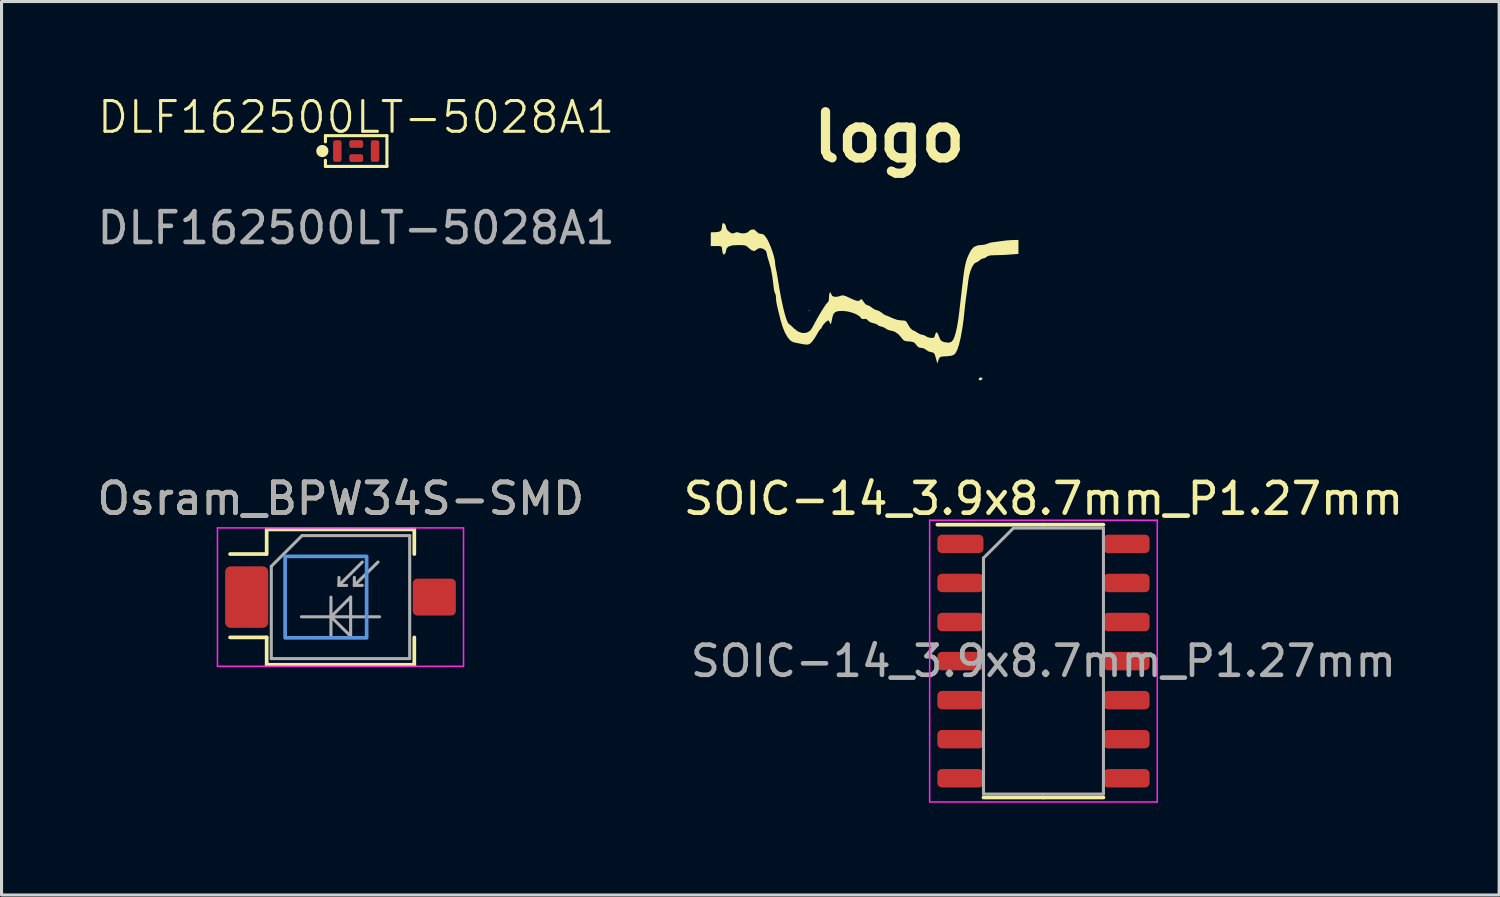
<source format=kicad_pcb>
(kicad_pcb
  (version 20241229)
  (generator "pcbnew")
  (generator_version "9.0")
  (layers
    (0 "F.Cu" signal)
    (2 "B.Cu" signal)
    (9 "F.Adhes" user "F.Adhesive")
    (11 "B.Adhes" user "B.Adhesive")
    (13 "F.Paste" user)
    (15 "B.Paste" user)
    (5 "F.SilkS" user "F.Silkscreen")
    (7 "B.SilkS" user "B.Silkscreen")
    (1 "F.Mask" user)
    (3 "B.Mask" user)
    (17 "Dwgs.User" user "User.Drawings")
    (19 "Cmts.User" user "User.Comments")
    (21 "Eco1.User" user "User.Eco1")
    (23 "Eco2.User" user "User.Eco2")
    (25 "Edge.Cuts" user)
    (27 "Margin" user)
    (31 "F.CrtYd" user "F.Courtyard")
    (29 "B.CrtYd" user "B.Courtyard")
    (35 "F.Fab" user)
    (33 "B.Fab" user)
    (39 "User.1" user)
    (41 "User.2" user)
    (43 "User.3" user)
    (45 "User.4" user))
  (footprint "logo"
    (layer "F.Cu")
    (at 25.06 6.804)
    (property "Reference" "logo" (at 0.8 -5.4 0) (layer "F.SilkS") (effects (font (size 1.5 1.5) (thickness 0.3))))
    (attr board_only exclude_from_pos_files exclude_from_bom)
    (fp_poly (pts (xy -1.788 0.248) (xy -1.805 0.265) (xy -1.821 0.248) (xy -1.805 0.232)) (stroke (width 0) (type solid)) (fill yes) (layer "F.SilkS"))
    (fp_poly (pts (xy 3.827 2.435) (xy 3.828 2.472) (xy 3.785 2.505) (xy 3.764 2.511) (xy 3.717 2.497) (xy 3.709 2.47) (xy 3.737 2.427) (xy 3.778 2.417)) (stroke (width 0) (type solid)) (fill yes) (layer "F.SilkS"))
    (fp_poly (pts (xy -4.534 -2.558) (xy -4.507 -2.494) (xy -4.504 -2.465) (xy -4.473 -2.385) (xy -4.402 -2.316) (xy -4.326 -2.27) (xy -4.27 -2.265) (xy -4.224 -2.284) (xy -4.143 -2.308) (xy -4.077 -2.287) (xy -3.998 -2.267) (xy -3.902 -2.27) (xy -3.816 -2.292) (xy -3.766 -2.329) (xy -3.764 -2.334) (xy -3.722 -2.371) (xy -3.66 -2.392) (xy -3.581 -2.389) (xy -3.523 -2.333) (xy -3.521 -2.33) (xy -3.443 -2.264) (xy -3.373 -2.252) (xy -3.309 -2.241) (xy -3.253 -2.199) (xy -3.189 -2.113) (xy -3.177 -2.095) (xy -3.118 -1.983) (xy -3.055 -1.838) (xy -2.997 -1.679) (xy -2.95 -1.526) (xy -2.92 -1.399) (xy -2.914 -1.34) (xy -2.907 -1.256) (xy -2.889 -1.147) (xy -2.882 -1.118) (xy -2.861 -1.013) (xy -2.836 -0.872) (xy -2.812 -0.729) (xy -2.761 -0.417) (xy -2.707 -0.132) (xy -2.653 0.121) (xy -2.6 0.335) (xy -2.55 0.503) (xy -2.504 0.62) (xy -2.464 0.677) (xy -2.461 0.679) (xy -2.402 0.723) (xy -2.325 0.794) (xy -2.299 0.821) (xy -2.171 0.921) (xy -2.035 0.971) (xy -1.903 0.969) (xy -1.79 0.913) (xy -1.754 0.876) (xy -1.713 0.815) (xy -1.658 0.719) (xy -1.621 0.649) (xy -1.553 0.521) (xy -1.474 0.383) (xy -1.392 0.248) (xy -1.315 0.127) (xy -1.25 0.033) (xy -1.204 -0.023) (xy -1.189 -0.033) (xy -1.171 -0.063) (xy -1.16 -0.137) (xy -1.159 -0.18) (xy -1.152 -0.273) (xy -1.134 -0.334) (xy -1.112 -0.353) (xy -1.093 -0.32) (xy -1.087 -0.29) (xy -1.049 -0.23) (xy -0.968 -0.202) (xy -0.86 -0.211) (xy -0.793 -0.233) (xy -0.735 -0.25) (xy -0.676 -0.247) (xy -0.596 -0.22) (xy -0.487 -0.169) (xy -0.342 -0.103) (xy -0.243 -0.072) (xy -0.18 -0.073) (xy -0.149 -0.099) (xy -0.115 -0.13) (xy -0.075 -0.106) (xy -0.026 -0.033) (xy 0.027 0.034) (xy 0.08 0.066) (xy 0.085 0.066) (xy 0.145 0.086) (xy 0.222 0.136) (xy 0.238 0.149) (xy 0.317 0.203) (xy 0.387 0.231) (xy 0.397 0.232) (xy 0.462 0.252) (xy 0.542 0.303) (xy 0.557 0.315) (xy 0.628 0.368) (xy 0.679 0.396) (xy 0.686 0.397) (xy 0.731 0.411) (xy 0.813 0.447) (xy 0.88 0.48) (xy 1.056 0.545) (xy 1.195 0.563) (xy 1.287 0.567) (xy 1.342 0.588) (xy 1.385 0.644) (xy 1.42 0.71) (xy 1.479 0.804) (xy 1.542 0.868) (xy 1.566 0.88) (xy 1.647 0.918) (xy 1.718 0.965) (xy 1.798 1.01) (xy 1.865 1.027) (xy 1.946 1.048) (xy 1.984 1.073) (xy 2.053 1.109) (xy 2.147 1.131) (xy 2.15 1.131) (xy 2.229 1.133) (xy 2.268 1.104) (xy 2.293 1.03) (xy 2.32 0.961) (xy 2.35 0.951) (xy 2.386 1.004) (xy 2.428 1.11) (xy 2.469 1.2) (xy 2.525 1.247) (xy 2.595 1.27) (xy 2.728 1.288) (xy 2.818 1.264) (xy 2.882 1.19) (xy 2.92 1.103) (xy 2.967 0.944) (xy 3.008 0.758) (xy 3.045 0.532) (xy 3.08 0.265) (xy 3.098 0.102) (xy 3.122 -0.1) (xy 3.146 -0.312) (xy 3.165 -0.48) (xy 3.197 -0.748) (xy 3.224 -0.962) (xy 3.25 -1.131) (xy 3.277 -1.266) (xy 3.307 -1.38) (xy 3.343 -1.481) (xy 3.388 -1.582) (xy 3.445 -1.693) (xy 3.46 -1.722) (xy 3.55 -1.824) (xy 3.685 -1.878) (xy 3.786 -1.887) (xy 3.89 -1.898) (xy 3.977 -1.924) (xy 3.984 -1.927) (xy 4.073 -1.96) (xy 4.156 -1.977) (xy 4.244 -1.987) (xy 4.366 -2.004) (xy 4.454 -2.017) (xy 4.6 -2.035) (xy 4.753 -2.047) (xy 4.827 -2.05) (xy 5.001 -2.053) (xy 5.001 -1.826) (xy 5.001 -1.599) (xy 4.727 -1.578) (xy 4.561 -1.567) (xy 4.386 -1.56) (xy 4.238 -1.557) (xy 4.235 -1.557) (xy 4.092 -1.55) (xy 4.005 -1.529) (xy 3.974 -1.507) (xy 3.909 -1.464) (xy 3.871 -1.457) (xy 3.801 -1.435) (xy 3.745 -1.394) (xy 3.675 -1.341) (xy 3.621 -1.319) (xy 3.561 -1.278) (xy 3.5 -1.184) (xy 3.444 -1.05) (xy 3.399 -0.89) (xy 3.372 -0.736) (xy 3.351 -0.565) (xy 3.326 -0.375) (xy 3.306 -0.232) (xy 3.286 -0.085) (xy 3.269 0.058) (xy 3.257 0.166) (xy 3.219 0.524) (xy 3.174 0.844) (xy 3.124 1.119) (xy 3.07 1.345) (xy 3.014 1.516) (xy 2.955 1.628) (xy 2.94 1.646) (xy 2.886 1.689) (xy 2.81 1.714) (xy 2.692 1.727) (xy 2.656 1.729) (xy 2.539 1.736) (xy 2.471 1.748) (xy 2.434 1.776) (xy 2.411 1.826) (xy 2.402 1.852) (xy 2.364 1.965) (xy 2.316 1.785) (xy 2.285 1.682) (xy 2.255 1.627) (xy 2.211 1.603) (xy 2.164 1.596) (xy 2.07 1.568) (xy 2.002 1.521) (xy 1.925 1.473) (xy 1.851 1.457) (xy 1.78 1.449) (xy 1.724 1.414) (xy 1.662 1.338) (xy 1.644 1.313) (xy 1.589 1.27) (xy 1.49 1.249) (xy 1.44 1.247) (xy 1.336 1.238) (xy 1.272 1.212) (xy 1.219 1.155) (xy 1.201 1.129) (xy 1.101 1.015) (xy 0.983 0.932) (xy 0.867 0.895) (xy 0.848 0.894) (xy 0.767 0.874) (xy 0.686 0.828) (xy 0.607 0.781) (xy 0.537 0.762) (xy 0.463 0.74) (xy 0.434 0.716) (xy 0.378 0.681) (xy 0.289 0.654) (xy 0.273 0.651) (xy 0.171 0.617) (xy 0.107 0.563) (xy 0.053 0.514) (xy -0.017 0.516) (xy -0.088 0.518) (xy -0.119 0.483) (xy -0.173 0.421) (xy -0.275 0.361) (xy -0.409 0.309) (xy -0.558 0.272) (xy -0.705 0.255) (xy -0.72 0.255) (xy -0.864 0.262) (xy -0.957 0.293) (xy -1.013 0.356) (xy -1.045 0.455) (xy -1.071 0.585) (xy -1.089 0.658) (xy -1.101 0.685) (xy -1.113 0.675) (xy -1.128 0.637) (xy -1.161 0.58) (xy -1.185 0.563) (xy -1.228 0.587) (xy -1.29 0.644) (xy -1.349 0.712) (xy -1.386 0.771) (xy -1.391 0.788) (xy -1.41 0.826) (xy -1.419 0.828) (xy -1.449 0.855) (xy -1.497 0.925) (xy -1.551 1.018) (xy -1.62 1.133) (xy -1.692 1.235) (xy -1.74 1.289) (xy -1.78 1.323) (xy -1.821 1.343) (xy -1.875 1.351) (xy -1.955 1.344) (xy -2.07 1.324) (xy -2.234 1.29) (xy -2.319 1.271) (xy -2.41 1.221) (xy -2.502 1.113) (xy -2.591 0.958) (xy -2.67 0.763) (xy -2.732 0.554) (xy -2.785 0.339) (xy -2.824 0.177) (xy -2.851 0.058) (xy -2.868 -0.029) (xy -2.877 -0.093) (xy -2.881 -0.147) (xy -2.881 -0.176) (xy -2.89 -0.261) (xy -2.91 -0.315) (xy -2.911 -0.316) (xy -2.931 -0.365) (xy -2.95 -0.456) (xy -2.959 -0.53) (xy -2.999 -0.858) (xy -3.049 -1.129) (xy -3.109 -1.341) (xy -3.145 -1.457) (xy -3.171 -1.557) (xy -3.178 -1.609) (xy -3.207 -1.694) (xy -3.277 -1.756) (xy -3.367 -1.786) (xy -3.456 -1.777) (xy -3.51 -1.739) (xy -3.581 -1.693) (xy -3.666 -1.711) (xy -3.761 -1.787) (xy -3.816 -1.838) (xy -3.87 -1.868) (xy -3.943 -1.882) (xy -4.056 -1.886) (xy -4.107 -1.887) (xy -4.29 -1.877) (xy -4.413 -1.844) (xy -4.483 -1.786) (xy -4.504 -1.708) (xy -4.522 -1.631) (xy -4.549 -1.593) (xy -4.588 -1.577) (xy -4.612 -1.618) (xy -4.615 -1.63) (xy -4.632 -1.726) (xy -4.636 -1.78) (xy -4.642 -1.823) (xy -4.671 -1.845) (xy -4.739 -1.853) (xy -4.818 -1.854) (xy -5.001 -1.854) (xy -5.001 -2.078) (xy -5.001 -2.302) (xy -4.848 -2.305) (xy -4.731 -2.319) (xy -4.665 -2.363) (xy -4.639 -2.446) (xy -4.637 -2.486) (xy -4.629 -2.559) (xy -4.614 -2.594) (xy -4.575 -2.598)) (stroke (width 0) (type solid)) (fill yes) (layer "F.SilkS")))
  (footprint "SOIC-14_3.9x8.7mm_P1.27mm"
    (layer "F.Cu")
    (at 30.875 18.443)
    (property "Reference" "SOIC-14_3.9x8.7mm_P1.27mm" (at 0 -5.28 0) (layer "F.SilkS") (effects (font (size 1 1) (thickness 0.15))))
    (attr smd)
    (fp_line (start 0 -4.435) (end -3.45 -4.435) (stroke (width 0.12) (type solid)) (layer "F.SilkS"))
    (fp_line (start 0 -4.435) (end 1.95 -4.435) (stroke (width 0.12) (type solid)) (layer "F.SilkS"))
    (fp_line (start 0 4.435) (end -1.95 4.435) (stroke (width 0.12) (type solid)) (layer "F.SilkS"))
    (fp_line (start 0 4.435) (end 1.95 4.435) (stroke (width 0.12) (type solid)) (layer "F.SilkS"))
    (fp_line (start -3.7 -4.58) (end -3.7 4.58) (stroke (width 0.05) (type solid)) (layer "F.CrtYd"))
    (fp_line (start -3.7 4.58) (end 3.7 4.58) (stroke (width 0.05) (type solid)) (layer "F.CrtYd"))
    (fp_line (start 3.7 -4.58) (end -3.7 -4.58) (stroke (width 0.05) (type solid)) (layer "F.CrtYd"))
    (fp_line (start 3.7 4.58) (end 3.7 -4.58) (stroke (width 0.05) (type solid)) (layer "F.CrtYd"))
    (fp_line (start -1.95 -3.35) (end -0.975 -4.325) (stroke (width 0.1) (type solid)) (layer "F.Fab"))
    (fp_line (start -1.95 4.325) (end -1.95 -3.35) (stroke (width 0.1) (type solid)) (layer "F.Fab"))
    (fp_line (start -0.975 -4.325) (end 1.95 -4.325) (stroke (width 0.1) (type solid)) (layer "F.Fab"))
    (fp_line (start 1.95 -4.325) (end 1.95 4.325) (stroke (width 0.1) (type solid)) (layer "F.Fab"))
    (fp_line (start 1.95 4.325) (end -1.95 4.325) (stroke (width 0.1) (type solid)) (layer "F.Fab"))
    (fp_text user "${REFERENCE}" (at 0 0 0) (layer "F.Fab") (effects (font (size 0.98 0.98) (thickness 0.15))))
    (pad "1" smd roundrect (at -2.7 -3.81) (size 1.5 0.6) (layers "F.Cu" "F.Mask" "F.Paste") (roundrect_rratio 0.25))
    (pad "2" smd roundrect (at -2.7 -2.54) (size 1.5 0.6) (layers "F.Cu" "F.Mask" "F.Paste") (roundrect_rratio 0.25))
    (pad "3" smd roundrect (at -2.7 -1.27) (size 1.5 0.6) (layers "F.Cu" "F.Mask" "F.Paste") (roundrect_rratio 0.25))
    (pad "4" smd roundrect (at -2.7 0) (size 1.5 0.6) (layers "F.Cu" "F.Mask" "F.Paste") (roundrect_rratio 0.25))
    (pad "5" smd roundrect (at -2.7 1.27) (size 1.5 0.6) (layers "F.Cu" "F.Mask" "F.Paste") (roundrect_rratio 0.25))
    (pad "6" smd roundrect (at -2.7 2.54) (size 1.5 0.6) (layers "F.Cu" "F.Mask" "F.Paste") (roundrect_rratio 0.25))
    (pad "7" smd roundrect (at -2.7 3.81) (size 1.5 0.6) (layers "F.Cu" "F.Mask" "F.Paste") (roundrect_rratio 0.25))
    (pad "8" smd roundrect (at 2.7 3.81) (size 1.5 0.6) (layers "F.Cu" "F.Mask" "F.Paste") (roundrect_rratio 0.25))
    (pad "9" smd roundrect (at 2.7 2.54) (size 1.5 0.6) (layers "F.Cu" "F.Mask" "F.Paste") (roundrect_rratio 0.25))
    (pad "10" smd roundrect (at 2.7 1.27) (size 1.5 0.6) (layers "F.Cu" "F.Mask" "F.Paste") (roundrect_rratio 0.25))
    (pad "11" smd roundrect (at 2.7 0) (size 1.5 0.6) (layers "F.Cu" "F.Mask" "F.Paste") (roundrect_rratio 0.25))
    (pad "12" smd roundrect (at 2.7 -1.27) (size 1.5 0.6) (layers "F.Cu" "F.Mask" "F.Paste") (roundrect_rratio 0.25))
    (pad "13" smd roundrect (at 2.7 -2.54) (size 1.5 0.6) (layers "F.Cu" "F.Mask" "F.Paste") (roundrect_rratio 0.25))
    (pad "14" smd roundrect (at 2.7 -3.81) (size 1.5 0.6) (layers "F.Cu" "F.Mask" "F.Paste") (roundrect_rratio 0.25)))
  (footprint "Osram_BPW34S-SMD"
    (layer "F.Cu")
    (at 8.02 16.363)
    (property "Reference" "Osram_BPW34S-SMD" (at 0.01 -3.2 0) (layer "F.SilkS") (effects (font (size 1 1) (thickness 0.15))))
    (attr smd)
    (fp_line (start -3.59 1.31) (end -2.4 1.31) (stroke (width 0.12) (type solid)) (layer "F.SilkS"))
    (fp_line (start -2.41 -1.4) (end -3.59 -1.4) (stroke (width 0.12) (type solid)) (layer "F.SilkS"))
    (fp_line (start -2.4 -2.2) (end -2.4 -1.4) (stroke (width 0.12) (type solid)) (layer "F.SilkS"))
    (fp_line (start -2.4 1.31) (end -2.4 2.2) (stroke (width 0.12) (type solid)) (layer "F.SilkS"))
    (fp_line (start -2.4 2.2) (end 2.4 2.2) (stroke (width 0.12) (type solid)) (layer "F.SilkS"))
    (fp_line (start 2.4 -2.2) (end -2.4 -2.2) (stroke (width 0.12) (type solid)) (layer "F.SilkS"))
    (fp_line (start 2.4 -1.4) (end 2.4 -2.2) (stroke (width 0.12) (type solid)) (layer "F.SilkS"))
    (fp_line (start 2.4 2.2) (end 2.4 1.31) (stroke (width 0.12) (type solid)) (layer "F.SilkS"))
    (fp_rect (start -1.8 -1.325) (end 0.85 1.325) (stroke (width 0.12) (type solid)) (fill no) (layer "Cmts.User"))
    (fp_line (start -4 -2.25) (end -4 2.25) (stroke (width 0.05) (type solid)) (layer "F.CrtYd"))
    (fp_line (start -4 -2.25) (end 4 -2.25) (stroke (width 0.05) (type solid)) (layer "F.CrtYd"))
    (fp_line (start 4 2.25) (end -4 2.25) (stroke (width 0.05) (type solid)) (layer "F.CrtYd"))
    (fp_line (start 4 2.25) (end 4 -2.25) (stroke (width 0.05) (type solid)) (layer "F.CrtYd"))
    (fp_line (start -2.25 -1) (end -2.25 2) (stroke (width 0.1) (type solid)) (layer "F.Fab"))
    (fp_line (start -2.25 -1) (end -1.25 -2) (stroke (width 0.1) (type solid)) (layer "F.Fab"))
    (fp_line (start -1.27 0.64) (end 1.27 0.64) (stroke (width 0.1) (type solid)) (layer "F.Fab"))
    (fp_line (start -1.25 -2) (end 2.25 -2) (stroke (width 0.1) (type solid)) (layer "F.Fab"))
    (fp_line (start -0.31 0) (end -0.31 1.27) (stroke (width 0.1) (type solid)) (layer "F.Fab"))
    (fp_line (start -0.31 0.64) (end 0.33 0) (stroke (width 0.1) (type solid)) (layer "F.Fab"))
    (fp_line (start -0.05 -0.38) (end -0.05 -0.64) (stroke (width 0.1) (type solid)) (layer "F.Fab"))
    (fp_line (start -0.05 -0.38) (end 0.2 -0.38) (stroke (width 0.1) (type solid)) (layer "F.Fab"))
    (fp_line (start 0.33 0) (end 0.33 1.27) (stroke (width 0.1) (type solid)) (layer "F.Fab"))
    (fp_line (start 0.33 1.27) (end -0.31 0.64) (stroke (width 0.1) (type solid)) (layer "F.Fab"))
    (fp_line (start 0.45 -0.38) (end 0.45 -0.64) (stroke (width 0.1) (type solid)) (layer "F.Fab"))
    (fp_line (start 0.45 -0.38) (end 0.71 -0.38) (stroke (width 0.1) (type solid)) (layer "F.Fab"))
    (fp_line (start 0.71 -1.14) (end -0.05 -0.38) (stroke (width 0.1) (type solid)) (layer "F.Fab"))
    (fp_line (start 1.22 -1.14) (end 0.45 -0.38) (stroke (width 0.1) (type solid)) (layer "F.Fab"))
    (fp_line (start 2.25 -2) (end 2.25 2) (stroke (width 0.1) (type solid)) (layer "F.Fab"))
    (fp_line (start 2.25 2) (end -2.25 2) (stroke (width 0.1) (type solid)) (layer "F.Fab"))
    (fp_text user "${REFERENCE}" (at 0.01 -3.2 0) (layer "F.Fab") (effects (font (size 1 1) (thickness 0.15))))
    (pad "" smd roundrect (at -3.05 0 180) (size 1.3 1.9) (layers "F.Paste") (roundrect_rratio 0.125))
    (pad "" smd roundrect (at -3.05 0 180) (size 1.5 2.1) (layers "F.Mask") (roundrect_rratio 0.125))
    (pad "" smd roundrect (at 3.05 0 180) (size 1.3 1.1) (layers "F.Paste") (roundrect_rratio 0.125))
    (pad "" smd roundrect (at 3.05 0 180) (size 1.5 1.3) (layers "F.Mask") (roundrect_rratio 0.125))
    (pad "1" smd roundrect (at -3.05 0 180) (size 1.4 2) (layers "F.Cu" "F.Mask") (roundrect_rratio 0.125))
    (pad "2" smd roundrect (at 3.05 0 180) (size 1.4 1.2) (layers "F.Cu" "F.Mask") (roundrect_rratio 0.125)))
  (footprint "DLF162500LT-5028A1"
    (layer "F.Cu")
    (at 8.53 1.861)
    (property "Reference" "DLF162500LT-5028A1" (at 0 -1.1 0) (unlocked yes) (layer "F.SilkS") (effects (font (size 1 1) (thickness 0.1))))
    (attr smd)
    (fp_line (start -1 -0.5) (end 1 -0.5) (stroke (width 0.1) (type default)) (layer "F.SilkS"))
    (fp_line (start -1 -0.3) (end -1 -0.5) (stroke (width 0.1) (type default)) (layer "F.SilkS"))
    (fp_line (start -1 0.5) (end -1 0.3) (stroke (width 0.1) (type default)) (layer "F.SilkS"))
    (fp_line (start 1 -0.5) (end 1 0.5) (stroke (width 0.1) (type default)) (layer "F.SilkS"))
    (fp_line (start 1 0.5) (end -1 0.5) (stroke (width 0.1) (type default)) (layer "F.SilkS"))
    (fp_circle (center -1.1 0) (end -1 0) (stroke (width 0.2) (type default)) (fill no) (layer "F.SilkS"))
    (fp_text user "${REFERENCE}" (at 0 2.5 0) (unlocked yes) (layer "F.Fab") (effects (font (size 1 1) (thickness 0.15))))
    (pad "1" smd roundrect (at -0.613 0) (size 0.275 0.7) (layers "F.Cu" "F.Mask" "F.Paste") (roundrect_rratio 0.25))
    (pad "2" smd roundrect (at 0 0.228) (size 0.45 0.25) (layers "F.Cu" "F.Mask" "F.Paste") (roundrect_rratio 0.25))
    (pad "3" smd roundrect (at 0.613 0) (size 0.275 0.7) (layers "F.Cu" "F.Mask" "F.Paste") (roundrect_rratio 0.25))
    (pad "4" smd roundrect (at 0 -0.228) (size 0.45 0.25) (layers "F.Cu" "F.Mask" "F.Paste") (roundrect_rratio 0.25)))
  (gr_rect
    (start -3 -3)
    (end 45.69 26.048)
    (stroke (width 0.1) (type default))
    (fill no)
    (layer "Edge.Cuts")))
</source>
